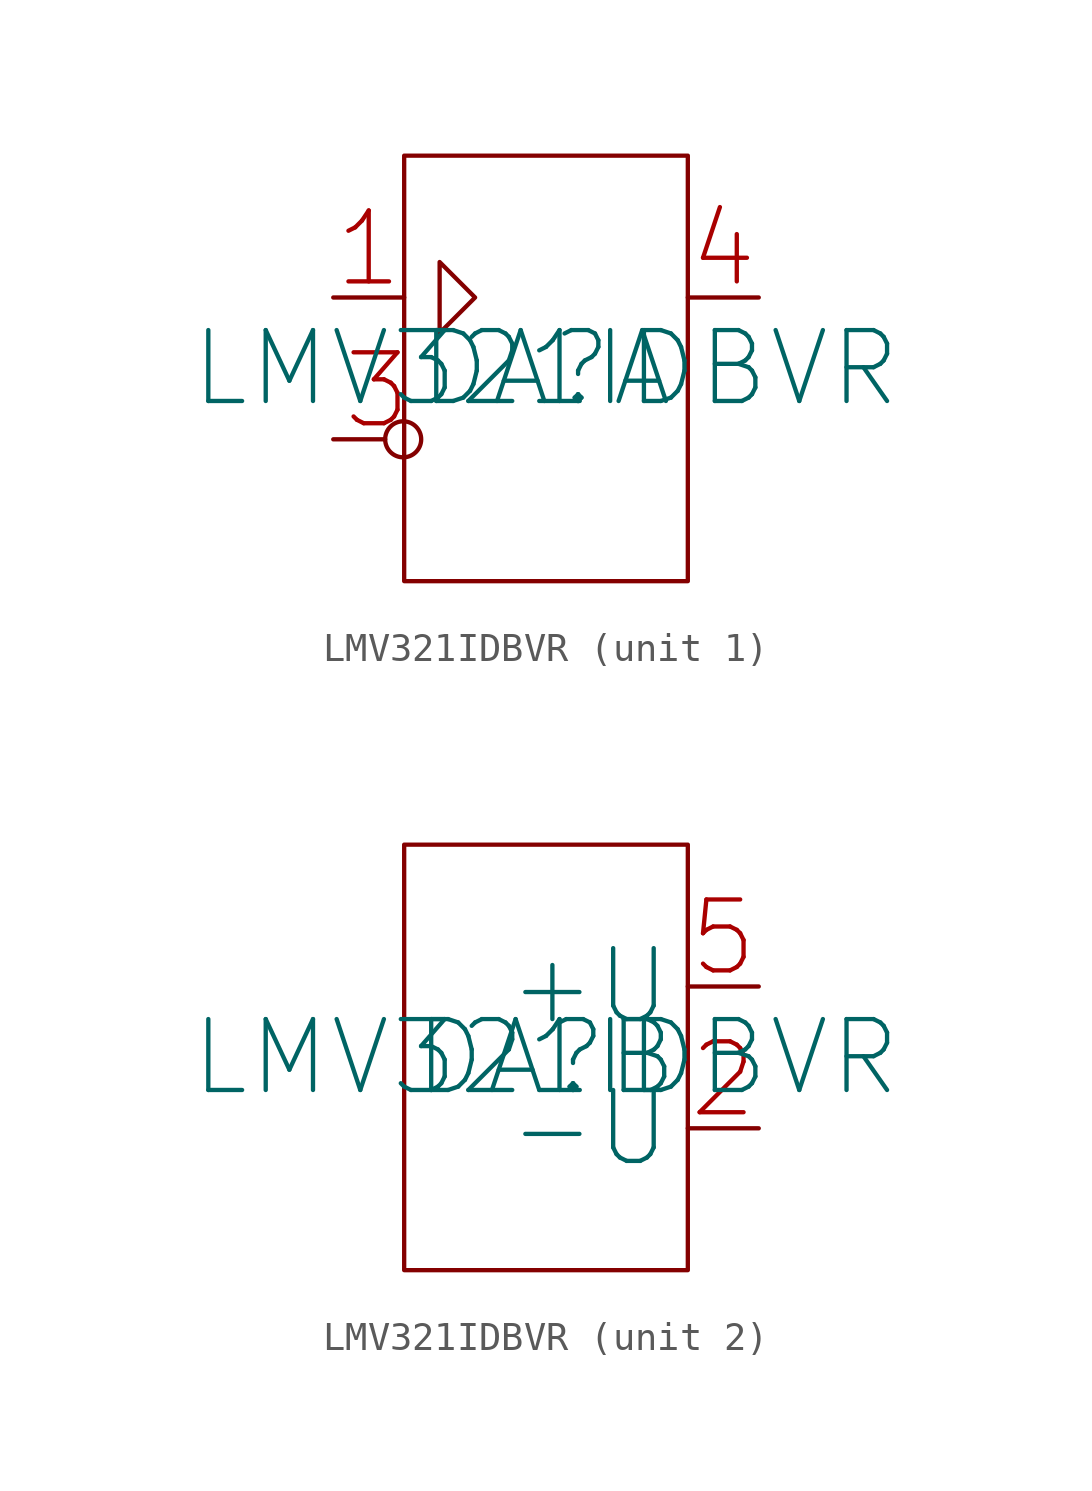
<source format=kicad_sym>
(kicad_symbol_lib
  (version 20220914)
  (generator kicad_symbol_editor)
  (symbol "LMV321IDBVR"
    (property "Reference" "DA"
      (at 0 0 0)
      (effects (font (size 2.5 2.5))))
    (property "Value" "LMV321IDBVR"
      (at 0 0 0)
      (effects (font (size 2.5 2.5))))
    (property "ki_locked" ""
      (at 0 0 0)
      (effects (font (size 1.27 1.27))))
    (symbol "LMV321IDBVR_0_1"
      (rectangle (start -5 7.5) (end 5 -7.5) (stroke (width 0) (type default)) (fill (type none))))
    (symbol "LMV321IDBVR_1_1"
      (polyline (pts (xy -3.75 3.75) (xy -3.75 1.25) (xy -2.5 2.5) (xy -3.75 3.75)) (stroke (width 0) (type default)) (fill (type none)))
      (pin input line (at -7.5 2.5 0) (length 2.5) (name "" (effects (font (size 2.5 2.5)))) (number "1" (effects (font (size 2.5 2.5)))))
      (pin input inverted (at -7.5 -2.5 0) (length 3.1) (name "" (effects (font (size 2.5 2.5)))) (number "3" (effects (font (size 2.5 2.5)))))
      (pin input line (at 7.5 2.5 180) (length 2.5) (name "" (effects (font (size 2.5 2.5)))) (number "4" (effects (font (size 2.5 2.5))))))
    (symbol "LMV321IDBVR_2_1"
      (pin input line (at 7.5 -2.5 180) (length 2.5) (name "-U" (effects (font (size 2.5 2.5)))) (number "2" (effects (font (size 2.5 2.5)))))
      (pin input line (at 7.5 2.5 180) (length 2.5) (name "+U" (effects (font (size 2.5 2.5)))) (number "5" (effects (font (size 2.5 2.5))))))))
</source>
